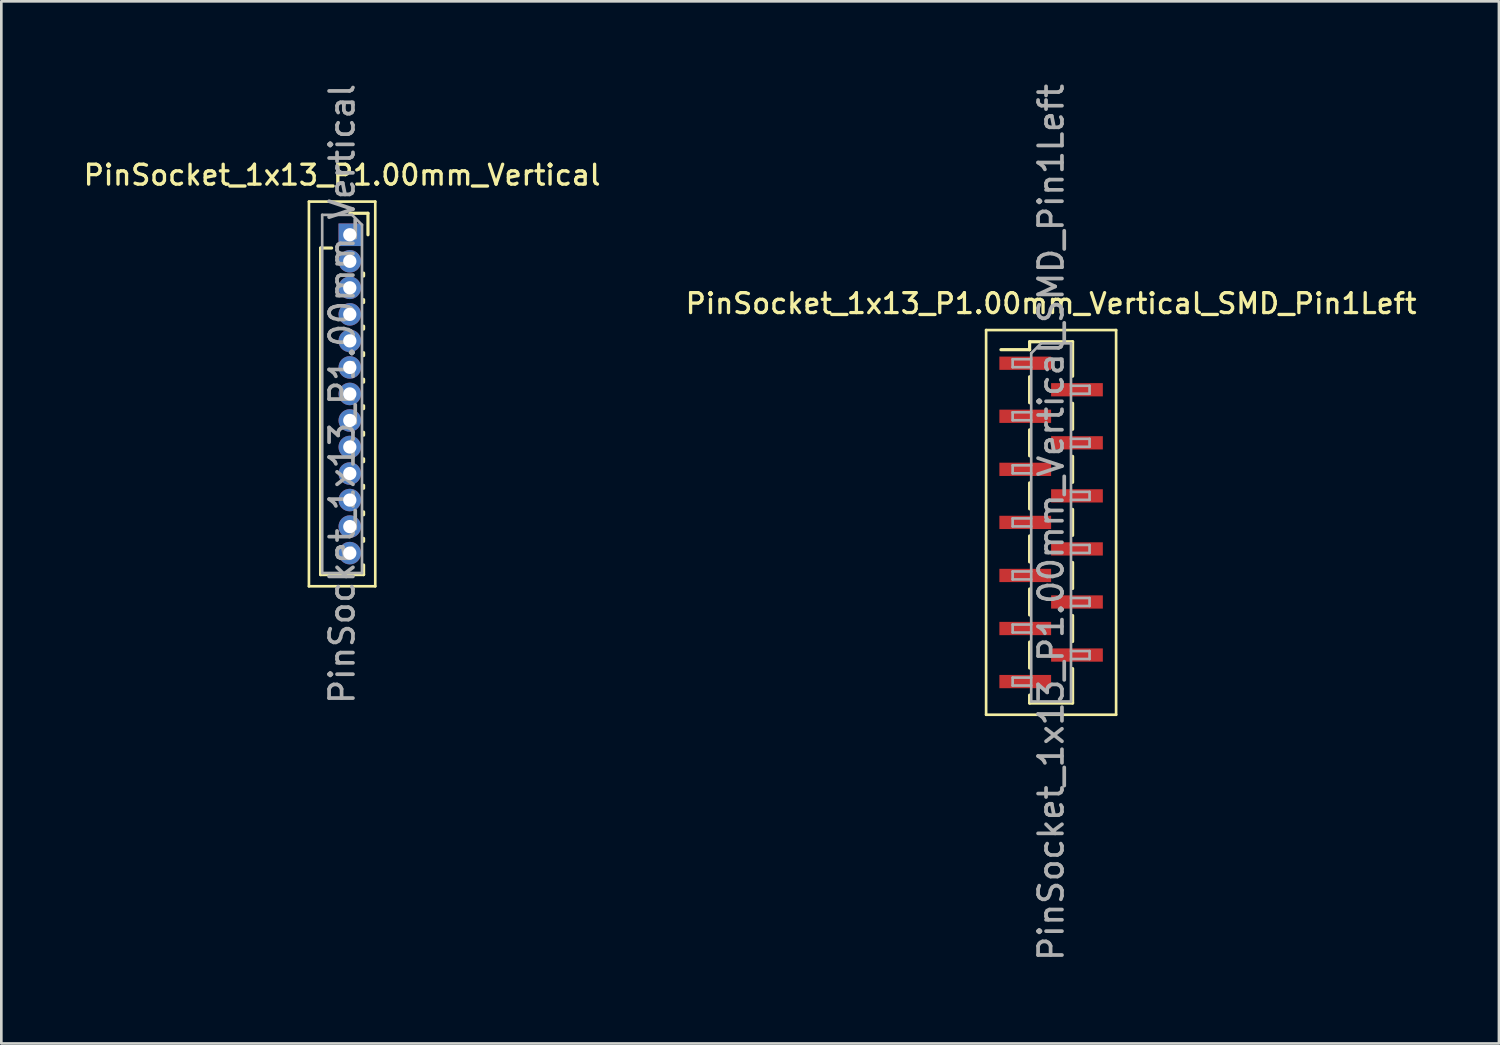
<source format=kicad_pcb>
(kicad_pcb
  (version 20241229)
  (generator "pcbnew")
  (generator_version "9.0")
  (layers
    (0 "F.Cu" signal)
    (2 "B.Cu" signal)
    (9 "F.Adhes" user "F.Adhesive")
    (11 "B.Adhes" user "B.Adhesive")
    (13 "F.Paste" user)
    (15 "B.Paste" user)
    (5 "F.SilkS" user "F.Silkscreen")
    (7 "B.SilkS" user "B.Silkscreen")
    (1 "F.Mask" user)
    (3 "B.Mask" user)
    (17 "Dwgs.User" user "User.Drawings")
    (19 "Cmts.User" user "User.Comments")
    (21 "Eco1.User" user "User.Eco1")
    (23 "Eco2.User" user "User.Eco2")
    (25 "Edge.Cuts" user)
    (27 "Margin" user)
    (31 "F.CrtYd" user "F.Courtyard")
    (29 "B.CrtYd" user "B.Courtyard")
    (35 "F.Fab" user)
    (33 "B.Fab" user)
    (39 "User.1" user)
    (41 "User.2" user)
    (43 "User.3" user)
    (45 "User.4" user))
  (footprint "PinSocket_1x13_P1.00mm_Vertical_SMD_Pin1Left"
    (layer "F.Cu")
    (at 36.57 16.641)
    (property "Reference" "PinSocket_1x13_P1.00mm_Vertical_SMD_Pin1Left" (at 0 -8.25 0) (layer "F.SilkS") (effects (font (size 0.75 0.75) (thickness 0.125))))
    (attr smd)
    (fp_line (start -2.45 -7.25) (end 2.45 -7.25) (stroke (width 0.1) (type solid)) (layer "F.SilkS"))
    (fp_line (start -2.45 7.25) (end -2.45 -7.25) (stroke (width 0.1) (type solid)) (layer "F.SilkS"))
    (fp_line (start -1.89 -6.51) (end -0.81 -6.51) (stroke (width 0.12) (type solid)) (layer "F.SilkS"))
    (fp_line (start -0.81 -6.81) (end -0.81 -6.51) (stroke (width 0.12) (type solid)) (layer "F.SilkS"))
    (fp_line (start -0.81 -6.81) (end 0.81 -6.81) (stroke (width 0.12) (type solid)) (layer "F.SilkS"))
    (fp_line (start -0.81 -5.49) (end -0.81 -4.51) (stroke (width 0.12) (type solid)) (layer "F.SilkS"))
    (fp_line (start -0.81 -3.49) (end -0.81 -2.51) (stroke (width 0.12) (type solid)) (layer "F.SilkS"))
    (fp_line (start -0.81 -1.49) (end -0.81 -0.51) (stroke (width 0.12) (type solid)) (layer "F.SilkS"))
    (fp_line (start -0.81 0.51) (end -0.81 1.49) (stroke (width 0.12) (type solid)) (layer "F.SilkS"))
    (fp_line (start -0.81 2.51) (end -0.81 3.49) (stroke (width 0.12) (type solid)) (layer "F.SilkS"))
    (fp_line (start -0.81 4.51) (end -0.81 5.49) (stroke (width 0.12) (type solid)) (layer "F.SilkS"))
    (fp_line (start -0.81 6.51) (end -0.81 6.81) (stroke (width 0.12) (type solid)) (layer "F.SilkS"))
    (fp_line (start -0.81 6.81) (end 0.81 6.81) (stroke (width 0.12) (type solid)) (layer "F.SilkS"))
    (fp_line (start 0.81 -6.81) (end 0.81 -5.51) (stroke (width 0.12) (type solid)) (layer "F.SilkS"))
    (fp_line (start 0.81 -4.49) (end 0.81 -3.51) (stroke (width 0.12) (type solid)) (layer "F.SilkS"))
    (fp_line (start 0.81 -2.49) (end 0.81 -1.51) (stroke (width 0.12) (type solid)) (layer "F.SilkS"))
    (fp_line (start 0.81 -0.49) (end 0.81 0.49) (stroke (width 0.12) (type solid)) (layer "F.SilkS"))
    (fp_line (start 0.81 1.51) (end 0.81 2.49) (stroke (width 0.12) (type solid)) (layer "F.SilkS"))
    (fp_line (start 0.81 3.51) (end 0.81 4.49) (stroke (width 0.12) (type solid)) (layer "F.SilkS"))
    (fp_line (start 0.81 5.51) (end 0.81 6.81) (stroke (width 0.12) (type solid)) (layer "F.SilkS"))
    (fp_line (start 2.45 -7.25) (end 2.45 7.25) (stroke (width 0.1) (type solid)) (layer "F.SilkS"))
    (fp_line (start 2.45 7.25) (end -2.45 7.25) (stroke (width 0.1) (type solid)) (layer "F.SilkS"))
    (fp_line (start -1.45 -6.15) (end -0.75 -6.15) (stroke (width 0.1) (type solid)) (layer "F.Fab"))
    (fp_line (start -1.45 -5.85) (end -1.45 -6.15) (stroke (width 0.1) (type solid)) (layer "F.Fab"))
    (fp_line (start -1.45 -4.15) (end -0.75 -4.15) (stroke (width 0.1) (type solid)) (layer "F.Fab"))
    (fp_line (start -1.45 -3.85) (end -1.45 -4.15) (stroke (width 0.1) (type solid)) (layer "F.Fab"))
    (fp_line (start -1.45 -2.15) (end -0.75 -2.15) (stroke (width 0.1) (type solid)) (layer "F.Fab"))
    (fp_line (start -1.45 -1.85) (end -1.45 -2.15) (stroke (width 0.1) (type solid)) (layer "F.Fab"))
    (fp_line (start -1.45 -0.15) (end -0.75 -0.15) (stroke (width 0.1) (type solid)) (layer "F.Fab"))
    (fp_line (start -1.45 0.15) (end -1.45 -0.15) (stroke (width 0.1) (type solid)) (layer "F.Fab"))
    (fp_line (start -1.45 1.85) (end -0.75 1.85) (stroke (width 0.1) (type solid)) (layer "F.Fab"))
    (fp_line (start -1.45 2.15) (end -1.45 1.85) (stroke (width 0.1) (type solid)) (layer "F.Fab"))
    (fp_line (start -1.45 3.85) (end -0.75 3.85) (stroke (width 0.1) (type solid)) (layer "F.Fab"))
    (fp_line (start -1.45 4.15) (end -1.45 3.85) (stroke (width 0.1) (type solid)) (layer "F.Fab"))
    (fp_line (start -1.45 5.85) (end -0.75 5.85) (stroke (width 0.1) (type solid)) (layer "F.Fab"))
    (fp_line (start -1.45 6.15) (end -1.45 5.85) (stroke (width 0.1) (type solid)) (layer "F.Fab"))
    (fp_line (start -0.75 -6.375) (end -0.375 -6.75) (stroke (width 0.1) (type solid)) (layer "F.Fab"))
    (fp_line (start -0.75 -5.85) (end -1.45 -5.85) (stroke (width 0.1) (type solid)) (layer "F.Fab"))
    (fp_line (start -0.75 -3.85) (end -1.45 -3.85) (stroke (width 0.1) (type solid)) (layer "F.Fab"))
    (fp_line (start -0.75 -1.85) (end -1.45 -1.85) (stroke (width 0.1) (type solid)) (layer "F.Fab"))
    (fp_line (start -0.75 0.15) (end -1.45 0.15) (stroke (width 0.1) (type solid)) (layer "F.Fab"))
    (fp_line (start -0.75 2.15) (end -1.45 2.15) (stroke (width 0.1) (type solid)) (layer "F.Fab"))
    (fp_line (start -0.75 4.15) (end -1.45 4.15) (stroke (width 0.1) (type solid)) (layer "F.Fab"))
    (fp_line (start -0.75 6.15) (end -1.45 6.15) (stroke (width 0.1) (type solid)) (layer "F.Fab"))
    (fp_line (start -0.75 6.75) (end -0.75 -6.375) (stroke (width 0.1) (type solid)) (layer "F.Fab"))
    (fp_line (start -0.375 -6.75) (end 0.75 -6.75) (stroke (width 0.1) (type solid)) (layer "F.Fab"))
    (fp_line (start 0.75 -6.75) (end 0.75 6.75) (stroke (width 0.1) (type solid)) (layer "F.Fab"))
    (fp_line (start 0.75 -5.15) (end 1.45 -5.15) (stroke (width 0.1) (type solid)) (layer "F.Fab"))
    (fp_line (start 0.75 -3.15) (end 1.45 -3.15) (stroke (width 0.1) (type solid)) (layer "F.Fab"))
    (fp_line (start 0.75 -1.15) (end 1.45 -1.15) (stroke (width 0.1) (type solid)) (layer "F.Fab"))
    (fp_line (start 0.75 0.85) (end 1.45 0.85) (stroke (width 0.1) (type solid)) (layer "F.Fab"))
    (fp_line (start 0.75 2.85) (end 1.45 2.85) (stroke (width 0.1) (type solid)) (layer "F.Fab"))
    (fp_line (start 0.75 4.85) (end 1.45 4.85) (stroke (width 0.1) (type solid)) (layer "F.Fab"))
    (fp_line (start 0.75 6.75) (end -0.75 6.75) (stroke (width 0.1) (type solid)) (layer "F.Fab"))
    (fp_line (start 1.45 -5.15) (end 1.45 -4.85) (stroke (width 0.1) (type solid)) (layer "F.Fab"))
    (fp_line (start 1.45 -4.85) (end 0.75 -4.85) (stroke (width 0.1) (type solid)) (layer "F.Fab"))
    (fp_line (start 1.45 -3.15) (end 1.45 -2.85) (stroke (width 0.1) (type solid)) (layer "F.Fab"))
    (fp_line (start 1.45 -2.85) (end 0.75 -2.85) (stroke (width 0.1) (type solid)) (layer "F.Fab"))
    (fp_line (start 1.45 -1.15) (end 1.45 -0.85) (stroke (width 0.1) (type solid)) (layer "F.Fab"))
    (fp_line (start 1.45 -0.85) (end 0.75 -0.85) (stroke (width 0.1) (type solid)) (layer "F.Fab"))
    (fp_line (start 1.45 0.85) (end 1.45 1.15) (stroke (width 0.1) (type solid)) (layer "F.Fab"))
    (fp_line (start 1.45 1.15) (end 0.75 1.15) (stroke (width 0.1) (type solid)) (layer "F.Fab"))
    (fp_line (start 1.45 2.85) (end 1.45 3.15) (stroke (width 0.1) (type solid)) (layer "F.Fab"))
    (fp_line (start 1.45 3.15) (end 0.75 3.15) (stroke (width 0.1) (type solid)) (layer "F.Fab"))
    (fp_line (start 1.45 4.85) (end 1.45 5.15) (stroke (width 0.1) (type solid)) (layer "F.Fab"))
    (fp_line (start 1.45 5.15) (end 0.75 5.15) (stroke (width 0.1) (type solid)) (layer "F.Fab"))
    (fp_text user "${REFERENCE}" (at 0 0 90) (layer "F.Fab") (effects (font (size 0.9 0.9) (thickness 0.14))))
    (pad "1" smd rect (at -0.975 -6) (size 1.95 0.5) (layers "F.Cu" "F.Mask" "F.Paste"))
    (pad "2" smd rect (at 0.975 -5) (size 1.95 0.5) (layers "F.Cu" "F.Mask" "F.Paste"))
    (pad "3" smd rect (at -0.975 -4) (size 1.95 0.5) (layers "F.Cu" "F.Mask" "F.Paste"))
    (pad "4" smd rect (at 0.975 -3) (size 1.95 0.5) (layers "F.Cu" "F.Mask" "F.Paste"))
    (pad "5" smd rect (at -0.975 -2) (size 1.95 0.5) (layers "F.Cu" "F.Mask" "F.Paste"))
    (pad "6" smd rect (at 0.975 -1) (size 1.95 0.5) (layers "F.Cu" "F.Mask" "F.Paste"))
    (pad "7" smd rect (at -0.975 0) (size 1.95 0.5) (layers "F.Cu" "F.Mask" "F.Paste"))
    (pad "8" smd rect (at 0.975 1) (size 1.95 0.5) (layers "F.Cu" "F.Mask" "F.Paste"))
    (pad "9" smd rect (at -0.975 2) (size 1.95 0.5) (layers "F.Cu" "F.Mask" "F.Paste"))
    (pad "10" smd rect (at 0.975 3) (size 1.95 0.5) (layers "F.Cu" "F.Mask" "F.Paste"))
    (pad "11" smd rect (at -0.975 4) (size 1.95 0.5) (layers "F.Cu" "F.Mask" "F.Paste"))
    (pad "12" smd rect (at 0.975 5) (size 1.95 0.5) (layers "F.Cu" "F.Mask" "F.Paste"))
    (pad "13" smd rect (at -0.975 6) (size 1.95 0.5) (layers "F.Cu" "F.Mask" "F.Paste")))
  (footprint "PinSocket_1x13_P1.00mm_Vertical"
    (layer "F.Cu")
    (at 10.135 5.799)
    (property "Reference" "PinSocket_1x13_P1.00mm_Vertical" (at -0.29 -2.25 0) (layer "F.SilkS") (effects (font (size 0.75 0.75) (thickness 0.125))))
    (attr through_hole)
    (fp_line (start -1.54 -1.25) (end 0.96 -1.25) (stroke (width 0.1) (type solid)) (layer "F.SilkS"))
    (fp_line (start -1.54 13.25) (end -1.54 -1.25) (stroke (width 0.1) (type solid)) (layer "F.SilkS"))
    (fp_line (start -1.1 0.5) (end -1.1 12.81) (stroke (width 0.12) (type solid)) (layer "F.SilkS"))
    (fp_line (start -1.1 0.5) (end -0.685 0.5) (stroke (width 0.12) (type solid)) (layer "F.SilkS"))
    (fp_line (start -1.1 12.81) (end 0.52 12.81) (stroke (width 0.12) (type solid)) (layer "F.SilkS"))
    (fp_line (start 0 -0.81) (end 0.685 -0.81) (stroke (width 0.12) (type solid)) (layer "F.SilkS"))
    (fp_line (start 0.52 1.446) (end 0.52 1.554) (stroke (width 0.12) (type solid)) (layer "F.SilkS"))
    (fp_line (start 0.52 2.446) (end 0.52 2.554) (stroke (width 0.12) (type solid)) (layer "F.SilkS"))
    (fp_line (start 0.52 3.446) (end 0.52 3.554) (stroke (width 0.12) (type solid)) (layer "F.SilkS"))
    (fp_line (start 0.52 4.446) (end 0.52 4.554) (stroke (width 0.12) (type solid)) (layer "F.SilkS"))
    (fp_line (start 0.52 5.446) (end 0.52 5.554) (stroke (width 0.12) (type solid)) (layer "F.SilkS"))
    (fp_line (start 0.52 6.446) (end 0.52 6.554) (stroke (width 0.12) (type solid)) (layer "F.SilkS"))
    (fp_line (start 0.52 7.446) (end 0.52 7.554) (stroke (width 0.12) (type solid)) (layer "F.SilkS"))
    (fp_line (start 0.52 8.446) (end 0.52 8.554) (stroke (width 0.12) (type solid)) (layer "F.SilkS"))
    (fp_line (start 0.52 9.446) (end 0.52 9.554) (stroke (width 0.12) (type solid)) (layer "F.SilkS"))
    (fp_line (start 0.52 10.446) (end 0.52 10.554) (stroke (width 0.12) (type solid)) (layer "F.SilkS"))
    (fp_line (start 0.52 11.446) (end 0.52 11.554) (stroke (width 0.12) (type solid)) (layer "F.SilkS"))
    (fp_line (start 0.52 12.446) (end 0.52 12.81) (stroke (width 0.12) (type solid)) (layer "F.SilkS"))
    (fp_line (start 0.685 -0.81) (end 0.685 0) (stroke (width 0.12) (type solid)) (layer "F.SilkS"))
    (fp_line (start 0.96 -1.25) (end 0.96 13.25) (stroke (width 0.1) (type solid)) (layer "F.SilkS"))
    (fp_line (start 0.96 13.25) (end -1.54 13.25) (stroke (width 0.1) (type solid)) (layer "F.SilkS"))
    (fp_line (start -1.04 -0.75) (end 0.085 -0.75) (stroke (width 0.1) (type solid)) (layer "F.Fab"))
    (fp_line (start -1.04 12.75) (end -1.04 -0.75) (stroke (width 0.1) (type solid)) (layer "F.Fab"))
    (fp_line (start 0.085 -0.75) (end 0.46 -0.375) (stroke (width 0.1) (type solid)) (layer "F.Fab"))
    (fp_line (start 0.46 -0.375) (end 0.46 12.75) (stroke (width 0.1) (type solid)) (layer "F.Fab"))
    (fp_line (start 0.46 12.75) (end -1.04 12.75) (stroke (width 0.1) (type solid)) (layer "F.Fab"))
    (fp_text user "${REFERENCE}" (at -0.29 6 90) (layer "F.Fab") (effects (font (size 0.9 0.9) (thickness 0.14))))
    (pad "1" thru_hole rect (at 0 0) (size 0.85 0.85) (drill 0.5) (layers "*.Cu" "*.Mask"))
    (pad "2" thru_hole oval (at 0 1) (size 0.85 0.85) (drill 0.5) (layers "*.Cu" "*.Mask"))
    (pad "3" thru_hole oval (at 0 2) (size 0.85 0.85) (drill 0.5) (layers "*.Cu" "*.Mask"))
    (pad "4" thru_hole oval (at 0 3) (size 0.85 0.85) (drill 0.5) (layers "*.Cu" "*.Mask"))
    (pad "5" thru_hole oval (at 0 4) (size 0.85 0.85) (drill 0.5) (layers "*.Cu" "*.Mask"))
    (pad "6" thru_hole oval (at 0 5) (size 0.85 0.85) (drill 0.5) (layers "*.Cu" "*.Mask"))
    (pad "7" thru_hole oval (at 0 6) (size 0.85 0.85) (drill 0.5) (layers "*.Cu" "*.Mask"))
    (pad "8" thru_hole oval (at 0 7) (size 0.85 0.85) (drill 0.5) (layers "*.Cu" "*.Mask"))
    (pad "9" thru_hole oval (at 0 8) (size 0.85 0.85) (drill 0.5) (layers "*.Cu" "*.Mask"))
    (pad "10" thru_hole oval (at 0 9) (size 0.85 0.85) (drill 0.5) (layers "*.Cu" "*.Mask"))
    (pad "11" thru_hole oval (at 0 10) (size 0.85 0.85) (drill 0.5) (layers "*.Cu" "*.Mask"))
    (pad "12" thru_hole oval (at 0 11) (size 0.85 0.85) (drill 0.5) (layers "*.Cu" "*.Mask"))
    (pad "13" thru_hole oval (at 0 12) (size 0.85 0.85) (drill 0.5) (layers "*.Cu" "*.Mask")))
  (gr_rect
    (start -3 -3)
    (end 53.45 36.283)
    (stroke (width 0.1) (type default))
    (fill no)
    (layer "Edge.Cuts")))
</source>
